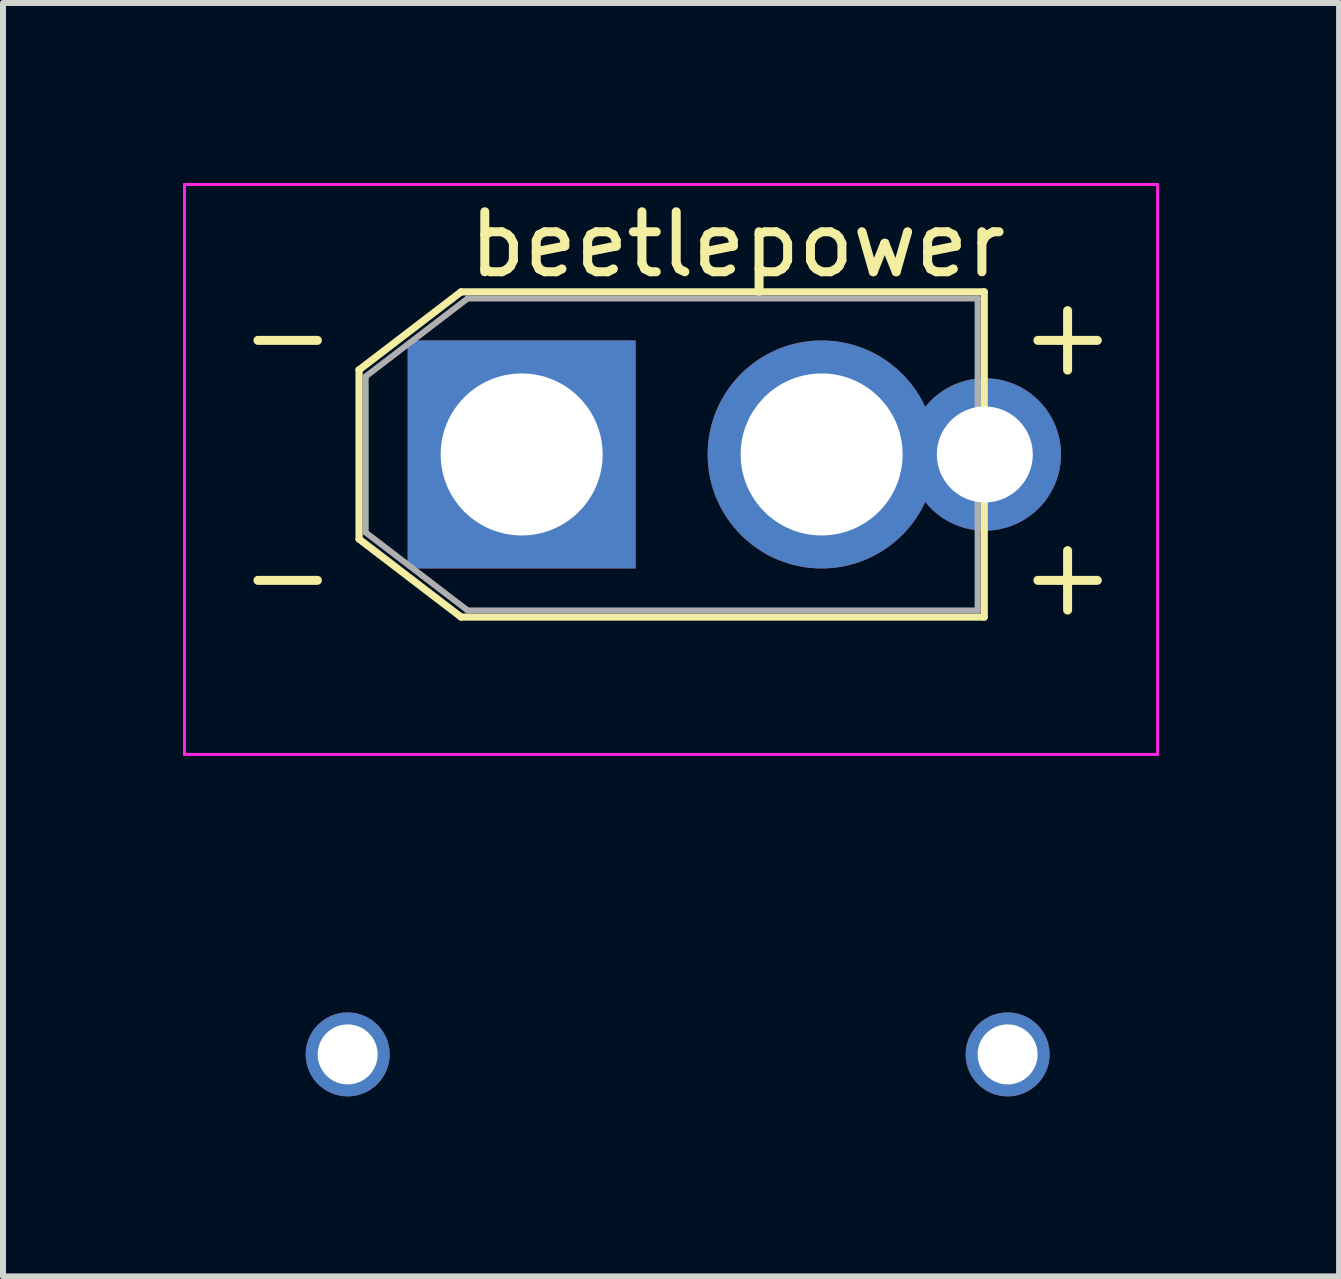
<source format=kicad_pcb>
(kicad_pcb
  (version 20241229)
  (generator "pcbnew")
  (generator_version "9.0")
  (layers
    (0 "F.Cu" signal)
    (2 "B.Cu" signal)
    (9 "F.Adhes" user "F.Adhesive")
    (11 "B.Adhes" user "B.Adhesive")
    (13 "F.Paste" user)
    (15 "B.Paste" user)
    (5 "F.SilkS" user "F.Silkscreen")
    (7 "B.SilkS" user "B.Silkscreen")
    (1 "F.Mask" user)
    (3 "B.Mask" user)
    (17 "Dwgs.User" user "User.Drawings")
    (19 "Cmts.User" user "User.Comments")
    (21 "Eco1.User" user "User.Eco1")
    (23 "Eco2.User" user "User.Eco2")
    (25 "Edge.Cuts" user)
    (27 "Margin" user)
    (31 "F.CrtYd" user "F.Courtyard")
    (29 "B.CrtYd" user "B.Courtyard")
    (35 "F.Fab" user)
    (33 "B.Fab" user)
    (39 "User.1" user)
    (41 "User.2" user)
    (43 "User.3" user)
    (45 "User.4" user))
  (footprint "beetlepower"
    (layer "F.Cu")
    (at 5.745 4.525)
    (property "Reference" "beetlepower" (at 3.5 -3.5 0) (unlocked yes) (layer "F.SilkS") (effects (font (size 1 1) (thickness 0.15))))
    (fp_line (start -2.81 -1.41) (end -2.81 1.41) (stroke (width 0.12) (type solid)) (layer "F.SilkS"))
    (fp_line (start -2.81 -1.41) (end -1.11 -2.71) (stroke (width 0.12) (type solid)) (layer "F.SilkS"))
    (fp_line (start -2.81 1.41) (end -1.11 2.71) (stroke (width 0.12) (type solid)) (layer "F.SilkS"))
    (fp_line (start -1.11 -2.71) (end 7.61 -2.71) (stroke (width 0.12) (type solid)) (layer "F.SilkS"))
    (fp_line (start -1.11 2.71) (end 7.61 2.71) (stroke (width 0.12) (type solid)) (layer "F.SilkS"))
    (fp_line (start 7.61 -2.71) (end 7.61 2.71) (stroke (width 0.12) (type solid)) (layer "F.SilkS"))
    (fp_line (start -5.72 -4.5) (end 10.5 -4.5) (stroke (width 0.05) (type solid)) (layer "F.CrtYd"))
    (fp_line (start -5.72 5) (end -5.72 -4.5) (stroke (width 0.05) (type solid)) (layer "F.CrtYd"))
    (fp_line (start 10.5 -4.5) (end 10.5 5) (stroke (width 0.05) (type solid)) (layer "F.CrtYd"))
    (fp_line (start 10.5 5) (end -5.72 5) (stroke (width 0.05) (type solid)) (layer "F.CrtYd"))
    (fp_line (start -2.7 -1.3) (end -2.7 1.3) (stroke (width 0.1) (type solid)) (layer "F.Fab"))
    (fp_line (start -2.7 -1.3) (end -1 -2.6) (stroke (width 0.1) (type solid)) (layer "F.Fab"))
    (fp_line (start -2.7 1.3) (end -1 2.6) (stroke (width 0.1) (type solid)) (layer "F.Fab"))
    (fp_line (start -1 -2.6) (end 7.5 -2.6) (stroke (width 0.1) (type solid)) (layer "F.Fab"))
    (fp_line (start -1 2.6) (end 7.5 2.6) (stroke (width 0.1) (type solid)) (layer "F.Fab"))
    (fp_line (start 7.5 -2.6) (end 7.5 2.6) (stroke (width 0.1) (type solid)) (layer "F.Fab"))
    (fp_text user "-" (at -4 2 0) (unlocked yes) (layer "F.SilkS") (effects (font (size 1.3 1.3) (thickness 0.15))))
    (fp_text user "+" (at 9 2 0) (unlocked yes) (layer "F.SilkS") (effects (font (size 1.3 1.3) (thickness 0.15))))
    (fp_text user "+" (at 9 -2 0) (unlocked yes) (layer "F.SilkS") (effects (font (size 1.3 1.3) (thickness 0.15))))
    (fp_text user "-" (at -4 -2 0) (unlocked yes) (layer "F.SilkS") (effects (font (size 1.3 1.3) (thickness 0.15))))
    (pad "" thru_hole circle (at -3 10) (size 1.4 1.4) (drill 1) (layers "*.Cu" "*.Mask"))
    (pad "" thru_hole circle (at 8 10) (size 1.4 1.4) (drill 1) (layers "*.Cu" "*.Mask"))
    (pad "1" thru_hole rect (at -0.1 0) (size 3.8 3.8) (drill 2.7) (layers "*.Cu" "*.Mask"))
    (pad "2" thru_hole circle (at 4.9 0) (size 3.8 3.8) (drill 2.7) (layers "*.Cu" "*.Mask"))
    (pad "2" thru_hole circle (at 7.62 0) (size 2.54 2.54) (drill 1.6) (layers "*.Cu" "*.Mask")))
  (gr_rect
    (start -3 -3)
    (end 19.27 18.225)
    (stroke (width 0.1) (type default))
    (fill no)
    (layer "Edge.Cuts")))
</source>
